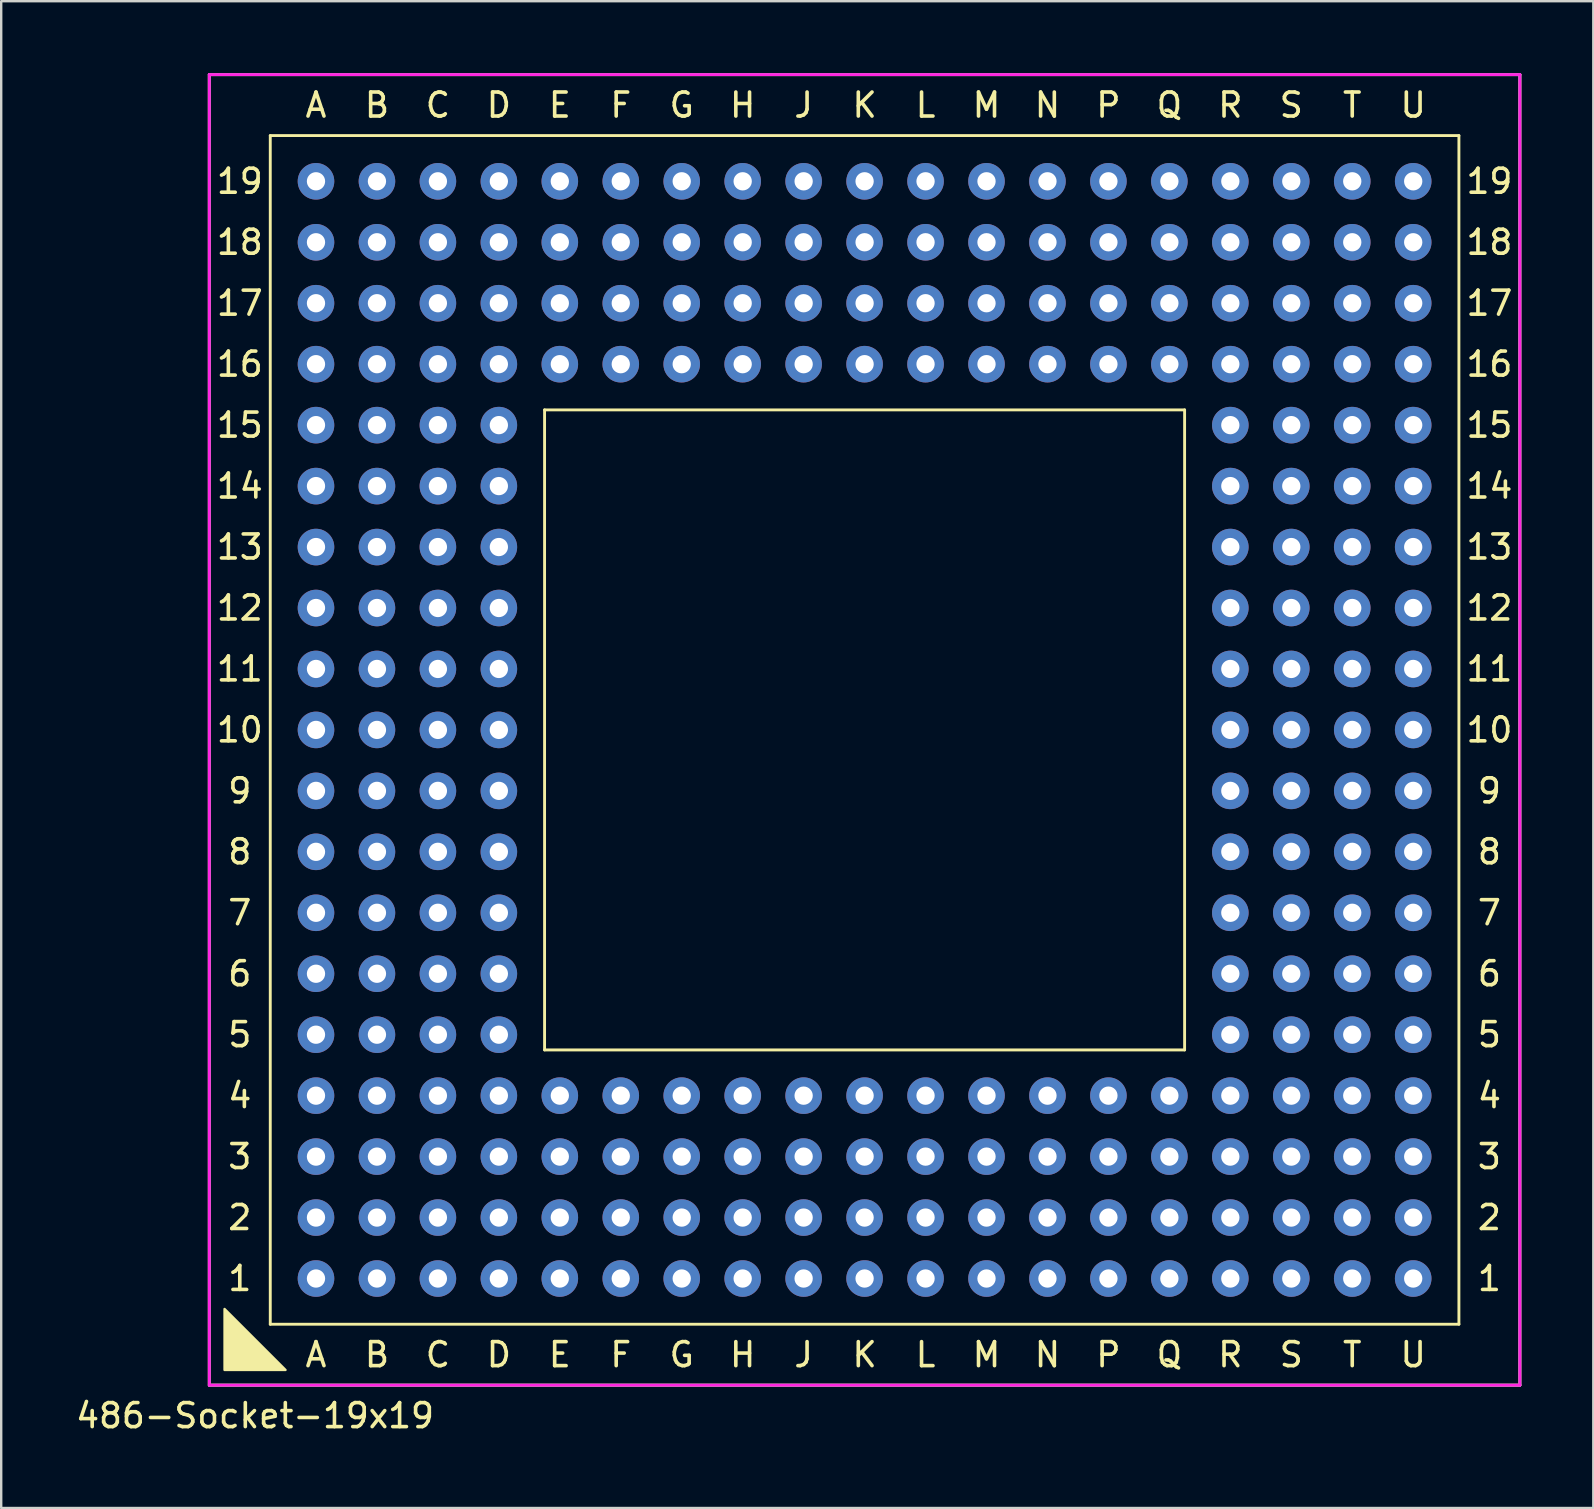
<source format=kicad_pcb>
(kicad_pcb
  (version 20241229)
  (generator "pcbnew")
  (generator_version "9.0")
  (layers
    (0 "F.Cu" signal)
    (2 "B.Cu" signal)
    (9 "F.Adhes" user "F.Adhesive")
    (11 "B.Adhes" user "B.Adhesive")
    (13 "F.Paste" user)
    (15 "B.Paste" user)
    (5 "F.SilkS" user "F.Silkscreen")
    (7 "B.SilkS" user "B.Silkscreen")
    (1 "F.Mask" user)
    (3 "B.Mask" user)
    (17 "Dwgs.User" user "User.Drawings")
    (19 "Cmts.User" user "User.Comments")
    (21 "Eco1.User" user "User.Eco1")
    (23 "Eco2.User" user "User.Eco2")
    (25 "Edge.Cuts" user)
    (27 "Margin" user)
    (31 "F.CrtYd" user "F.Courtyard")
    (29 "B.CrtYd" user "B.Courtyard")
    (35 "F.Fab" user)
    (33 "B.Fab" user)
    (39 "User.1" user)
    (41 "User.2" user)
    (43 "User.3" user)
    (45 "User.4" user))
  (footprint "486-Socket-19x19"
    (layer "F.Cu")
    (at 32.977 1.965)
    (property "Reference" "486-Socket-19x19" (at -25.4 53.975 0) (layer "F.SilkS") (effects (font (size 1 1) (thickness 0.15))))
    (attr through_hole)
    (fp_line (start -27.305 -1.905) (end -27.305 52.705) (stroke (width 0.12) (type solid)) (layer "F.SilkS"))
    (fp_line (start -27.305 52.705) (end 27.305 52.705) (stroke (width 0.12) (type solid)) (layer "F.SilkS"))
    (fp_line (start -24.765 0.635) (end -24.765 50.165) (stroke (width 0.12) (type solid)) (layer "F.SilkS"))
    (fp_line (start -24.765 50.165) (end 24.765 50.165) (stroke (width 0.12) (type solid)) (layer "F.SilkS"))
    (fp_line (start -13.335 12.065) (end -13.335 38.735) (stroke (width 0.12) (type solid)) (layer "F.SilkS"))
    (fp_line (start -13.335 38.735) (end 13.335 38.735) (stroke (width 0.12) (type solid)) (layer "F.SilkS"))
    (fp_line (start 13.335 12.065) (end -13.335 12.065) (stroke (width 0.12) (type solid)) (layer "F.SilkS"))
    (fp_line (start 13.335 38.735) (end 13.335 12.065) (stroke (width 0.12) (type solid)) (layer "F.SilkS"))
    (fp_line (start 24.765 0.635) (end -24.765 0.635) (stroke (width 0.12) (type solid)) (layer "F.SilkS"))
    (fp_line (start 24.765 50.165) (end 24.765 0.635) (stroke (width 0.12) (type solid)) (layer "F.SilkS"))
    (fp_line (start 27.305 -1.905) (end -27.305 -1.905) (stroke (width 0.12) (type solid)) (layer "F.SilkS"))
    (fp_line (start 27.305 52.705) (end 27.305 -1.905) (stroke (width 0.12) (type solid)) (layer "F.SilkS"))
    (fp_poly (pts (xy -24.13 52.07) (xy -26.67 52.07) (xy -26.67 49.53)) (stroke (width 0.1) (type solid)) (fill yes) (layer "F.SilkS"))
    (fp_line (start -27.305 -1.905) (end -27.305 52.705) (stroke (width 0.12) (type solid)) (layer "F.CrtYd"))
    (fp_line (start -27.305 52.705) (end 27.305 52.705) (stroke (width 0.12) (type solid)) (layer "F.CrtYd"))
    (fp_line (start 27.305 -1.905) (end -27.305 -1.905) (stroke (width 0.12) (type solid)) (layer "F.CrtYd"))
    (fp_line (start 27.305 52.705) (end 27.305 -1.905) (stroke (width 0.12) (type solid)) (layer "F.CrtYd"))
    (fp_line (start -27.305 -1.905) (end -27.305 52.705) (stroke (width 0.12) (type solid)) (layer "F.Fab"))
    (fp_line (start -27.305 52.705) (end 27.305 52.705) (stroke (width 0.12) (type solid)) (layer "F.Fab"))
    (fp_line (start 27.305 -1.905) (end -27.305 -1.905) (stroke (width 0.12) (type solid)) (layer "F.Fab"))
    (fp_line (start 27.305 52.705) (end 27.305 -1.905) (stroke (width 0.12) (type solid)) (layer "F.Fab"))
    (fp_text user "L" (at 2.54 51.435 0) (layer "F.SilkS") (effects (font (size 1 1) (thickness 0.15))))
    (fp_text user "15" (at -26.035 12.7 0) (layer "F.SilkS") (effects (font (size 1 1) (thickness 0.15))))
    (fp_text user "N" (at 7.62 51.435 0) (layer "F.SilkS") (effects (font (size 1 1) (thickness 0.15))))
    (fp_text user "3" (at 26.035 43.18 0) (layer "F.SilkS") (effects (font (size 1 1) (thickness 0.15))))
    (fp_text user "B" (at -20.32 -0.635 0) (layer "F.SilkS") (effects (font (size 1 1) (thickness 0.15))))
    (fp_text user "Q" (at 12.7 51.435 0) (layer "F.SilkS") (effects (font (size 1 1) (thickness 0.15))))
    (fp_text user "12" (at -26.035 20.32 0) (layer "F.SilkS") (effects (font (size 1 1) (thickness 0.15))))
    (fp_text user "9" (at 26.035 27.94 0) (layer "F.SilkS") (effects (font (size 1 1) (thickness 0.15))))
    (fp_text user "D" (at -15.24 51.435 0) (layer "F.SilkS") (effects (font (size 1 1) (thickness 0.15))))
    (fp_text user "8" (at 26.035 30.48 0) (layer "F.SilkS") (effects (font (size 1 1) (thickness 0.15))))
    (fp_text user "11" (at -26.035 22.86 0) (layer "F.SilkS") (effects (font (size 1 1) (thickness 0.15))))
    (fp_text user "L" (at 2.54 -0.635 0) (layer "F.SilkS") (effects (font (size 1 1) (thickness 0.15))))
    (fp_text user "6" (at -26.035 35.56 0) (layer "F.SilkS") (effects (font (size 1 1) (thickness 0.15))))
    (fp_text user "8" (at -26.035 30.48 0) (layer "F.SilkS") (effects (font (size 1 1) (thickness 0.15))))
    (fp_text user "R" (at 15.24 -0.635 0) (layer "F.SilkS") (effects (font (size 1 1) (thickness 0.15))))
    (fp_text user "11" (at 26.035 22.86 0) (layer "F.SilkS") (effects (font (size 1 1) (thickness 0.15))))
    (fp_text user "9" (at -26.035 27.94 0) (layer "F.SilkS") (effects (font (size 1 1) (thickness 0.15))))
    (fp_text user "4" (at 26.035 40.64 0) (layer "F.SilkS") (effects (font (size 1 1) (thickness 0.15))))
    (fp_text user "K" (at 0 51.435 0) (layer "F.SilkS") (effects (font (size 1 1) (thickness 0.15))))
    (fp_text user "T" (at 20.32 51.435 0) (layer "F.SilkS") (effects (font (size 1 1) (thickness 0.15))))
    (fp_text user "5" (at 26.035 38.1 0) (layer "F.SilkS") (effects (font (size 1 1) (thickness 0.15))))
    (fp_text user "F" (at -10.16 -0.635 0) (layer "F.SilkS") (effects (font (size 1 1) (thickness 0.15))))
    (fp_text user "7" (at 26.035 33.02 0) (layer "F.SilkS") (effects (font (size 1 1) (thickness 0.15))))
    (fp_text user "10" (at 26.035 25.4 0) (layer "F.SilkS") (effects (font (size 1 1) (thickness 0.15))))
    (fp_text user "13" (at 26.035 17.78 0) (layer "F.SilkS") (effects (font (size 1 1) (thickness 0.15))))
    (fp_text user "R" (at 15.24 51.435 0) (layer "F.SilkS") (effects (font (size 1 1) (thickness 0.15))))
    (fp_text user "6" (at 26.035 35.56 0) (layer "F.SilkS") (effects (font (size 1 1) (thickness 0.15))))
    (fp_text user "2" (at 26.035 45.72 0) (layer "F.SilkS") (effects (font (size 1 1) (thickness 0.15))))
    (fp_text user "H" (at -5.08 -0.635 0) (layer "F.SilkS") (effects (font (size 1 1) (thickness 0.15))))
    (fp_text user "16" (at -26.035 10.16 0) (layer "F.SilkS") (effects (font (size 1 1) (thickness 0.15))))
    (fp_text user "15" (at 26.035 12.7 0) (layer "F.SilkS") (effects (font (size 1 1) (thickness 0.15))))
    (fp_text user "A" (at -22.86 -0.635 0) (layer "F.SilkS") (effects (font (size 1 1) (thickness 0.15))))
    (fp_text user "19" (at 26.035 2.54 0) (layer "F.SilkS") (effects (font (size 1 1) (thickness 0.15))))
    (fp_text user "P" (at 10.16 -0.635 0) (layer "F.SilkS") (effects (font (size 1 1) (thickness 0.15))))
    (fp_text user "C" (at -17.78 51.435 0) (layer "F.SilkS") (effects (font (size 1 1) (thickness 0.15))))
    (fp_text user "14" (at -26.035 15.24 0) (layer "F.SilkS") (effects (font (size 1 1) (thickness 0.15))))
    (fp_text user "3" (at -26.035 43.18 0) (layer "F.SilkS") (effects (font (size 1 1) (thickness 0.15))))
    (fp_text user "Q" (at 12.7 -0.635 0) (layer "F.SilkS") (effects (font (size 1 1) (thickness 0.15))))
    (fp_text user "17" (at -26.035 7.62 0) (layer "F.SilkS") (effects (font (size 1 1) (thickness 0.15))))
    (fp_text user "U" (at 22.86 51.435 0) (layer "F.SilkS") (effects (font (size 1 1) (thickness 0.15))))
    (fp_text user "A" (at -22.86 51.435 0) (layer "F.SilkS") (effects (font (size 1 1) (thickness 0.15))))
    (fp_text user "4" (at -26.035 40.64 0) (layer "F.SilkS") (effects (font (size 1 1) (thickness 0.15))))
    (fp_text user "18" (at 26.035 5.08 0) (layer "F.SilkS") (effects (font (size 1 1) (thickness 0.15))))
    (fp_text user "U" (at 22.86 -0.635 0) (layer "F.SilkS") (effects (font (size 1 1) (thickness 0.15))))
    (fp_text user "18" (at -26.035 5.08 0) (layer "F.SilkS") (effects (font (size 1 1) (thickness 0.15))))
    (fp_text user "D" (at -15.24 -0.635 0) (layer "F.SilkS") (effects (font (size 1 1) (thickness 0.15))))
    (fp_text user "1" (at 26.035 48.26 0) (layer "F.SilkS") (effects (font (size 1 1) (thickness 0.15))))
    (fp_text user "C" (at -17.78 -0.635 0) (layer "F.SilkS") (effects (font (size 1 1) (thickness 0.15))))
    (fp_text user "17" (at 26.035 7.62 0) (layer "F.SilkS") (effects (font (size 1 1) (thickness 0.15))))
    (fp_text user "G" (at -7.62 -0.635 0) (layer "F.SilkS") (effects (font (size 1 1) (thickness 0.15))))
    (fp_text user "J" (at -2.54 -0.635 0) (layer "F.SilkS") (effects (font (size 1 1) (thickness 0.15))))
    (fp_text user "S" (at 17.78 51.435 0) (layer "F.SilkS") (effects (font (size 1 1) (thickness 0.15))))
    (fp_text user "N" (at 7.62 -0.635 0) (layer "F.SilkS") (effects (font (size 1 1) (thickness 0.15))))
    (fp_text user "H" (at -5.08 51.435 0) (layer "F.SilkS") (effects (font (size 1 1) (thickness 0.15))))
    (fp_text user "F" (at -10.16 51.435 0) (layer "F.SilkS") (effects (font (size 1 1) (thickness 0.15))))
    (fp_text user "T" (at 20.32 -0.635 0) (layer "F.SilkS") (effects (font (size 1 1) (thickness 0.15))))
    (fp_text user "K" (at 0 -0.635 0) (layer "F.SilkS") (effects (font (size 1 1) (thickness 0.15))))
    (fp_text user "12" (at 26.035 20.32 0) (layer "F.SilkS") (effects (font (size 1 1) (thickness 0.15))))
    (fp_text user "14" (at 26.035 15.24 0) (layer "F.SilkS") (effects (font (size 1 1) (thickness 0.15))))
    (fp_text user "B" (at -20.32 51.435 0) (layer "F.SilkS") (effects (font (size 1 1) (thickness 0.15))))
    (fp_text user "S" (at 17.78 -0.635 0) (layer "F.SilkS") (effects (font (size 1 1) (thickness 0.15))))
    (fp_text user "E" (at -12.7 51.435 0) (layer "F.SilkS") (effects (font (size 1 1) (thickness 0.15))))
    (fp_text user "16" (at 26.035 10.16 0) (layer "F.SilkS") (effects (font (size 1 1) (thickness 0.15))))
    (fp_text user "1" (at -26.035 48.26 0) (layer "F.SilkS") (effects (font (size 1 1) (thickness 0.15))))
    (fp_text user "M" (at 5.08 -0.635 0) (layer "F.SilkS") (effects (font (size 1 1) (thickness 0.15))))
    (fp_text user "G" (at -7.62 51.435 0) (layer "F.SilkS") (effects (font (size 1 1) (thickness 0.15))))
    (fp_text user "7" (at -26.035 33.02 0) (layer "F.SilkS") (effects (font (size 1 1) (thickness 0.15))))
    (fp_text user "5" (at -26.035 38.1 0) (layer "F.SilkS") (effects (font (size 1 1) (thickness 0.15))))
    (fp_text user "E" (at -12.7 -0.635 0) (layer "F.SilkS") (effects (font (size 1 1) (thickness 0.15))))
    (fp_text user "M" (at 5.08 51.435 0) (layer "F.SilkS") (effects (font (size 1 1) (thickness 0.15))))
    (fp_text user "P" (at 10.16 51.435 0) (layer "F.SilkS") (effects (font (size 1 1) (thickness 0.15))))
    (fp_text user "10" (at -26.035 25.4 0) (layer "F.SilkS") (effects (font (size 1 1) (thickness 0.15))))
    (fp_text user "2" (at -26.035 45.72 0) (layer "F.SilkS") (effects (font (size 1 1) (thickness 0.15))))
    (fp_text user "J" (at -2.54 51.435 0) (layer "F.SilkS") (effects (font (size 1 1) (thickness 0.15))))
    (fp_text user "13" (at -26.035 17.78 0) (layer "F.SilkS") (effects (font (size 1 1) (thickness 0.15))))
    (fp_text user "19" (at -26.035 2.54 0) (layer "F.SilkS") (effects (font (size 1 1) (thickness 0.15))))
    (pad "A1" thru_hole circle (at -22.86 48.26) (size 1.524 1.524) (drill 0.762) (layers "*.Cu" "*.Mask"))
    (pad "A2" thru_hole circle (at -22.86 45.72) (size 1.524 1.524) (drill 0.762) (layers "*.Cu" "*.Mask"))
    (pad "A3" thru_hole circle (at -22.86 43.18) (size 1.524 1.524) (drill 0.762) (layers "*.Cu" "*.Mask"))
    (pad "A4" thru_hole circle (at -22.86 40.64) (size 1.524 1.524) (drill 0.762) (layers "*.Cu" "*.Mask"))
    (pad "A5" thru_hole circle (at -22.86 38.1) (size 1.524 1.524) (drill 0.762) (layers "*.Cu" "*.Mask"))
    (pad "A6" thru_hole circle (at -22.86 35.56) (size 1.524 1.524) (drill 0.762) (layers "*.Cu" "*.Mask"))
    (pad "A7" thru_hole circle (at -22.86 33.02) (size 1.524 1.524) (drill 0.762) (layers "*.Cu" "*.Mask"))
    (pad "A8" thru_hole circle (at -22.86 30.48) (size 1.524 1.524) (drill 0.762) (layers "*.Cu" "*.Mask"))
    (pad "A9" thru_hole circle (at -22.86 27.94) (size 1.524 1.524) (drill 0.762) (layers "*.Cu" "*.Mask"))
    (pad "A10" thru_hole circle (at -22.86 25.4) (size 1.524 1.524) (drill 0.762) (layers "*.Cu" "*.Mask"))
    (pad "A11" thru_hole circle (at -22.86 22.86) (size 1.524 1.524) (drill 0.762) (layers "*.Cu" "*.Mask"))
    (pad "A12" thru_hole circle (at -22.86 20.32) (size 1.524 1.524) (drill 0.762) (layers "*.Cu" "*.Mask"))
    (pad "A13" thru_hole circle (at -22.86 17.78) (size 1.524 1.524) (drill 0.762) (layers "*.Cu" "*.Mask"))
    (pad "A14" thru_hole circle (at -22.86 15.24) (size 1.524 1.524) (drill 0.762) (layers "*.Cu" "*.Mask"))
    (pad "A15" thru_hole circle (at -22.86 12.7) (size 1.524 1.524) (drill 0.762) (layers "*.Cu" "*.Mask"))
    (pad "A16" thru_hole circle (at -22.86 10.16) (size 1.524 1.524) (drill 0.762) (layers "*.Cu" "*.Mask"))
    (pad "A17" thru_hole circle (at -22.86 7.62) (size 1.524 1.524) (drill 0.762) (layers "*.Cu" "*.Mask"))
    (pad "A18" thru_hole circle (at -22.86 5.08) (size 1.524 1.524) (drill 0.762) (layers "*.Cu" "*.Mask"))
    (pad "A19" thru_hole circle (at -22.86 2.54) (size 1.524 1.524) (drill 0.762) (layers "*.Cu" "*.Mask"))
    (pad "B1" thru_hole circle (at -20.32 48.26) (size 1.524 1.524) (drill 0.762) (layers "*.Cu" "*.Mask"))
    (pad "B2" thru_hole circle (at -20.32 45.72) (size 1.524 1.524) (drill 0.762) (layers "*.Cu" "*.Mask"))
    (pad "B3" thru_hole circle (at -20.32 43.18) (size 1.524 1.524) (drill 0.762) (layers "*.Cu" "*.Mask"))
    (pad "B4" thru_hole circle (at -20.32 40.64) (size 1.524 1.524) (drill 0.762) (layers "*.Cu" "*.Mask"))
    (pad "B5" thru_hole circle (at -20.32 38.1) (size 1.524 1.524) (drill 0.762) (layers "*.Cu" "*.Mask"))
    (pad "B6" thru_hole circle (at -20.32 35.56) (size 1.524 1.524) (drill 0.762) (layers "*.Cu" "*.Mask"))
    (pad "B7" thru_hole circle (at -20.32 33.02) (size 1.524 1.524) (drill 0.762) (layers "*.Cu" "*.Mask"))
    (pad "B8" thru_hole circle (at -20.32 30.48) (size 1.524 1.524) (drill 0.762) (layers "*.Cu" "*.Mask"))
    (pad "B9" thru_hole circle (at -20.32 27.94) (size 1.524 1.524) (drill 0.762) (layers "*.Cu" "*.Mask"))
    (pad "B10" thru_hole circle (at -20.32 25.4) (size 1.524 1.524) (drill 0.762) (layers "*.Cu" "*.Mask"))
    (pad "B11" thru_hole circle (at -20.32 22.86) (size 1.524 1.524) (drill 0.762) (layers "*.Cu" "*.Mask"))
    (pad "B12" thru_hole circle (at -20.32 20.32) (size 1.524 1.524) (drill 0.762) (layers "*.Cu" "*.Mask"))
    (pad "B13" thru_hole circle (at -20.32 17.78) (size 1.524 1.524) (drill 0.762) (layers "*.Cu" "*.Mask"))
    (pad "B14" thru_hole circle (at -20.32 15.24) (size 1.524 1.524) (drill 0.762) (layers "*.Cu" "*.Mask"))
    (pad "B15" thru_hole circle (at -20.32 12.7) (size 1.524 1.524) (drill 0.762) (layers "*.Cu" "*.Mask"))
    (pad "B16" thru_hole circle (at -20.32 10.16) (size 1.524 1.524) (drill 0.762) (layers "*.Cu" "*.Mask"))
    (pad "B17" thru_hole circle (at -20.32 7.62) (size 1.524 1.524) (drill 0.762) (layers "*.Cu" "*.Mask"))
    (pad "B18" thru_hole circle (at -20.32 5.08) (size 1.524 1.524) (drill 0.762) (layers "*.Cu" "*.Mask"))
    (pad "B19" thru_hole circle (at -20.32 2.54) (size 1.524 1.524) (drill 0.762) (layers "*.Cu" "*.Mask"))
    (pad "C1" thru_hole circle (at -17.78 45.72) (size 1.524 1.524) (drill 0.762) (layers "*.Cu" "*.Mask"))
    (pad "C1" thru_hole circle (at -17.78 48.26) (size 1.524 1.524) (drill 0.762) (layers "*.Cu" "*.Mask"))
    (pad "C3" thru_hole circle (at -17.78 43.18) (size 1.524 1.524) (drill 0.762) (layers "*.Cu" "*.Mask"))
    (pad "C4" thru_hole circle (at -17.78 40.64) (size 1.524 1.524) (drill 0.762) (layers "*.Cu" "*.Mask"))
    (pad "C5" thru_hole circle (at -17.78 38.1) (size 1.524 1.524) (drill 0.762) (layers "*.Cu" "*.Mask"))
    (pad "C6" thru_hole circle (at -17.78 35.56) (size 1.524 1.524) (drill 0.762) (layers "*.Cu" "*.Mask"))
    (pad "C7" thru_hole circle (at -17.78 33.02) (size 1.524 1.524) (drill 0.762) (layers "*.Cu" "*.Mask"))
    (pad "C8" thru_hole circle (at -17.78 30.48) (size 1.524 1.524) (drill 0.762) (layers "*.Cu" "*.Mask"))
    (pad "C9" thru_hole circle (at -17.78 27.94) (size 1.524 1.524) (drill 0.762) (layers "*.Cu" "*.Mask"))
    (pad "C10" thru_hole circle (at -17.78 25.4) (size 1.524 1.524) (drill 0.762) (layers "*.Cu" "*.Mask"))
    (pad "C11" thru_hole circle (at -17.78 22.86) (size 1.524 1.524) (drill 0.762) (layers "*.Cu" "*.Mask"))
    (pad "C12" thru_hole circle (at -17.78 20.32) (size 1.524 1.524) (drill 0.762) (layers "*.Cu" "*.Mask"))
    (pad "C13" thru_hole circle (at -17.78 17.78) (size 1.524 1.524) (drill 0.762) (layers "*.Cu" "*.Mask"))
    (pad "C14" thru_hole circle (at -17.78 15.24) (size 1.524 1.524) (drill 0.762) (layers "*.Cu" "*.Mask"))
    (pad "C15" thru_hole circle (at -17.78 12.7) (size 1.524 1.524) (drill 0.762) (layers "*.Cu" "*.Mask"))
    (pad "C16" thru_hole circle (at -17.78 10.16) (size 1.524 1.524) (drill 0.762) (layers "*.Cu" "*.Mask"))
    (pad "C17" thru_hole circle (at -17.78 7.62) (size 1.524 1.524) (drill 0.762) (layers "*.Cu" "*.Mask"))
    (pad "C18" thru_hole circle (at -17.78 5.08) (size 1.524 1.524) (drill 0.762) (layers "*.Cu" "*.Mask"))
    (pad "C19" thru_hole circle (at -17.78 2.54) (size 1.524 1.524) (drill 0.762) (layers "*.Cu" "*.Mask"))
    (pad "D1" thru_hole circle (at -15.24 48.26) (size 1.524 1.524) (drill 0.762) (layers "*.Cu" "*.Mask"))
    (pad "D2" thru_hole circle (at -15.24 45.72) (size 1.524 1.524) (drill 0.762) (layers "*.Cu" "*.Mask"))
    (pad "D3" thru_hole circle (at -15.24 43.18) (size 1.524 1.524) (drill 0.762) (layers "*.Cu" "*.Mask"))
    (pad "D4" thru_hole circle (at -15.24 40.64) (size 1.524 1.524) (drill 0.762) (layers "*.Cu" "*.Mask"))
    (pad "D5" thru_hole circle (at -15.24 38.1) (size 1.524 1.524) (drill 0.762) (layers "*.Cu" "*.Mask"))
    (pad "D6" thru_hole circle (at -15.24 35.56) (size 1.524 1.524) (drill 0.762) (layers "*.Cu" "*.Mask"))
    (pad "D7" thru_hole circle (at -15.24 33.02) (size 1.524 1.524) (drill 0.762) (layers "*.Cu" "*.Mask"))
    (pad "D8" thru_hole circle (at -15.24 30.48) (size 1.524 1.524) (drill 0.762) (layers "*.Cu" "*.Mask"))
    (pad "D9" thru_hole circle (at -15.24 27.94) (size 1.524 1.524) (drill 0.762) (layers "*.Cu" "*.Mask"))
    (pad "D10" thru_hole circle (at -15.24 25.4) (size 1.524 1.524) (drill 0.762) (layers "*.Cu" "*.Mask"))
    (pad "D11" thru_hole circle (at -15.24 22.86) (size 1.524 1.524) (drill 0.762) (layers "*.Cu" "*.Mask"))
    (pad "D12" thru_hole circle (at -15.24 20.32) (size 1.524 1.524) (drill 0.762) (layers "*.Cu" "*.Mask"))
    (pad "D13" thru_hole circle (at -15.24 17.78) (size 1.524 1.524) (drill 0.762) (layers "*.Cu" "*.Mask"))
    (pad "D14" thru_hole circle (at -15.24 15.24) (size 1.524 1.524) (drill 0.762) (layers "*.Cu" "*.Mask"))
    (pad "D15" thru_hole circle (at -15.24 12.7) (size 1.524 1.524) (drill 0.762) (layers "*.Cu" "*.Mask"))
    (pad "D16" thru_hole circle (at -15.24 10.16) (size 1.524 1.524) (drill 0.762) (layers "*.Cu" "*.Mask"))
    (pad "D17" thru_hole circle (at -15.24 7.62) (size 1.524 1.524) (drill 0.762) (layers "*.Cu" "*.Mask"))
    (pad "D18" thru_hole circle (at -15.24 5.08) (size 1.524 1.524) (drill 0.762) (layers "*.Cu" "*.Mask"))
    (pad "D19" thru_hole circle (at -15.24 2.54) (size 1.524 1.524) (drill 0.762) (layers "*.Cu" "*.Mask"))
    (pad "E1" thru_hole circle (at -12.7 48.26) (size 1.524 1.524) (drill 0.762) (layers "*.Cu" "*.Mask"))
    (pad "E2" thru_hole circle (at -12.7 45.72) (size 1.524 1.524) (drill 0.762) (layers "*.Cu" "*.Mask"))
    (pad "E3" thru_hole circle (at -12.7 43.18) (size 1.524 1.524) (drill 0.762) (layers "*.Cu" "*.Mask"))
    (pad "E4" thru_hole circle (at -12.7 40.64) (size 1.524 1.524) (drill 0.762) (layers "*.Cu" "*.Mask"))
    (pad "E16" thru_hole circle (at -12.7 10.16) (size 1.524 1.524) (drill 0.762) (layers "*.Cu" "*.Mask"))
    (pad "E17" thru_hole circle (at -12.7 7.62) (size 1.524 1.524) (drill 0.762) (layers "*.Cu" "*.Mask"))
    (pad "E18" thru_hole circle (at -12.7 5.08) (size 1.524 1.524) (drill 0.762) (layers "*.Cu" "*.Mask"))
    (pad "E19" thru_hole circle (at -12.7 2.54) (size 1.524 1.524) (drill 0.762) (layers "*.Cu" "*.Mask"))
    (pad "F1" thru_hole circle (at -10.16 48.26) (size 1.524 1.524) (drill 0.762) (layers "*.Cu" "*.Mask"))
    (pad "F2" thru_hole circle (at -10.16 45.72) (size 1.524 1.524) (drill 0.762) (layers "*.Cu" "*.Mask"))
    (pad "F3" thru_hole circle (at -10.16 43.18) (size 1.524 1.524) (drill 0.762) (layers "*.Cu" "*.Mask"))
    (pad "F4" thru_hole circle (at -10.16 40.64) (size 1.524 1.524) (drill 0.762) (layers "*.Cu" "*.Mask"))
    (pad "F16" thru_hole circle (at -10.16 10.16) (size 1.524 1.524) (drill 0.762) (layers "*.Cu" "*.Mask"))
    (pad "F17" thru_hole circle (at -10.16 7.62) (size 1.524 1.524) (drill 0.762) (layers "*.Cu" "*.Mask"))
    (pad "F18" thru_hole circle (at -10.16 5.08) (size 1.524 1.524) (drill 0.762) (layers "*.Cu" "*.Mask"))
    (pad "F19" thru_hole circle (at -10.16 2.54) (size 1.524 1.524) (drill 0.762) (layers "*.Cu" "*.Mask"))
    (pad "G1" thru_hole circle (at -7.62 48.26) (size 1.524 1.524) (drill 0.762) (layers "*.Cu" "*.Mask"))
    (pad "G2" thru_hole circle (at -7.62 45.72) (size 1.524 1.524) (drill 0.762) (layers "*.Cu" "*.Mask"))
    (pad "G3" thru_hole circle (at -7.62 43.18) (size 1.524 1.524) (drill 0.762) (layers "*.Cu" "*.Mask"))
    (pad "G4" thru_hole circle (at -7.62 40.64) (size 1.524 1.524) (drill 0.762) (layers "*.Cu" "*.Mask"))
    (pad "G16" thru_hole circle (at -7.62 10.16) (size 1.524 1.524) (drill 0.762) (layers "*.Cu" "*.Mask"))
    (pad "G17" thru_hole circle (at -7.62 7.62) (size 1.524 1.524) (drill 0.762) (layers "*.Cu" "*.Mask"))
    (pad "G18" thru_hole circle (at -7.62 5.08) (size 1.524 1.524) (drill 0.762) (layers "*.Cu" "*.Mask"))
    (pad "G19" thru_hole circle (at -7.62 2.54) (size 1.524 1.524) (drill 0.762) (layers "*.Cu" "*.Mask"))
    (pad "H1" thru_hole circle (at -5.08 48.26) (size 1.524 1.524) (drill 0.762) (layers "*.Cu" "*.Mask"))
    (pad "H2" thru_hole circle (at -5.08 45.72) (size 1.524 1.524) (drill 0.762) (layers "*.Cu" "*.Mask"))
    (pad "H3" thru_hole circle (at -5.08 43.18) (size 1.524 1.524) (drill 0.762) (layers "*.Cu" "*.Mask"))
    (pad "H4" thru_hole circle (at -5.08 40.64) (size 1.524 1.524) (drill 0.762) (layers "*.Cu" "*.Mask"))
    (pad "H16" thru_hole circle (at -5.08 10.16) (size 1.524 1.524) (drill 0.762) (layers "*.Cu" "*.Mask"))
    (pad "H17" thru_hole circle (at -5.08 7.62) (size 1.524 1.524) (drill 0.762) (layers "*.Cu" "*.Mask"))
    (pad "H18" thru_hole circle (at -5.08 5.08) (size 1.524 1.524) (drill 0.762) (layers "*.Cu" "*.Mask"))
    (pad "H19" thru_hole circle (at -5.08 2.54) (size 1.524 1.524) (drill 0.762) (layers "*.Cu" "*.Mask"))
    (pad "J1" thru_hole circle (at -2.54 48.26) (size 1.524 1.524) (drill 0.762) (layers "*.Cu" "*.Mask"))
    (pad "J2" thru_hole circle (at -2.54 45.72) (size 1.524 1.524) (drill 0.762) (layers "*.Cu" "*.Mask"))
    (pad "J3" thru_hole circle (at -2.54 43.18) (size 1.524 1.524) (drill 0.762) (layers "*.Cu" "*.Mask"))
    (pad "J4" thru_hole circle (at -2.54 40.64) (size 1.524 1.524) (drill 0.762) (layers "*.Cu" "*.Mask"))
    (pad "J16" thru_hole circle (at -2.54 10.16) (size 1.524 1.524) (drill 0.762) (layers "*.Cu" "*.Mask"))
    (pad "J17" thru_hole circle (at -2.54 7.62) (size 1.524 1.524) (drill 0.762) (layers "*.Cu" "*.Mask"))
    (pad "J18" thru_hole circle (at -2.54 5.08) (size 1.524 1.524) (drill 0.762) (layers "*.Cu" "*.Mask"))
    (pad "J19" thru_hole circle (at -2.54 2.54) (size 1.524 1.524) (drill 0.762) (layers "*.Cu" "*.Mask"))
    (pad "K1" thru_hole circle (at 0 48.26) (size 1.524 1.524) (drill 0.762) (layers "*.Cu" "*.Mask"))
    (pad "K2" thru_hole circle (at 0 45.72) (size 1.524 1.524) (drill 0.762) (layers "*.Cu" "*.Mask"))
    (pad "K3" thru_hole circle (at 0 43.18) (size 1.524 1.524) (drill 0.762) (layers "*.Cu" "*.Mask"))
    (pad "K4" thru_hole circle (at 0 40.64) (size 1.524 1.524) (drill 0.762) (layers "*.Cu" "*.Mask"))
    (pad "K16" thru_hole circle (at 0 10.16) (size 1.524 1.524) (drill 0.762) (layers "*.Cu" "*.Mask"))
    (pad "K17" thru_hole circle (at 0 7.62) (size 1.524 1.524) (drill 0.762) (layers "*.Cu" "*.Mask"))
    (pad "K18" thru_hole circle (at 0 5.08) (size 1.524 1.524) (drill 0.762) (layers "*.Cu" "*.Mask"))
    (pad "K19" thru_hole circle (at 0 2.54) (size 1.524 1.524) (drill 0.762) (layers "*.Cu" "*.Mask"))
    (pad "L1" thru_hole circle (at 2.54 48.26) (size 1.524 1.524) (drill 0.762) (layers "*.Cu" "*.Mask"))
    (pad "L2" thru_hole circle (at 2.54 45.72) (size 1.524 1.524) (drill 0.762) (layers "*.Cu" "*.Mask"))
    (pad "L3" thru_hole circle (at 2.54 43.18) (size 1.524 1.524) (drill 0.762) (layers "*.Cu" "*.Mask"))
    (pad "L4" thru_hole circle (at 2.54 40.64) (size 1.524 1.524) (drill 0.762) (layers "*.Cu" "*.Mask"))
    (pad "L16" thru_hole circle (at 2.54 10.16) (size 1.524 1.524) (drill 0.762) (layers "*.Cu" "*.Mask"))
    (pad "L17" thru_hole circle (at 2.54 7.62) (size 1.524 1.524) (drill 0.762) (layers "*.Cu" "*.Mask"))
    (pad "L18" thru_hole circle (at 2.54 5.08) (size 1.524 1.524) (drill 0.762) (layers "*.Cu" "*.Mask"))
    (pad "L19" thru_hole circle (at 2.54 2.54) (size 1.524 1.524) (drill 0.762) (layers "*.Cu" "*.Mask"))
    (pad "M1" thru_hole circle (at 5.08 48.26) (size 1.524 1.524) (drill 0.762) (layers "*.Cu" "*.Mask"))
    (pad "M2" thru_hole circle (at 5.08 45.72) (size 1.524 1.524) (drill 0.762) (layers "*.Cu" "*.Mask"))
    (pad "M3" thru_hole circle (at 5.08 43.18) (size 1.524 1.524) (drill 0.762) (layers "*.Cu" "*.Mask"))
    (pad "M4" thru_hole circle (at 5.08 40.64) (size 1.524 1.524) (drill 0.762) (layers "*.Cu" "*.Mask"))
    (pad "M16" thru_hole circle (at 5.08 10.16) (size 1.524 1.524) (drill 0.762) (layers "*.Cu" "*.Mask"))
    (pad "M17" thru_hole circle (at 5.08 7.62) (size 1.524 1.524) (drill 0.762) (layers "*.Cu" "*.Mask"))
    (pad "M18" thru_hole circle (at 5.08 5.08) (size 1.524 1.524) (drill 0.762) (layers "*.Cu" "*.Mask"))
    (pad "M19" thru_hole circle (at 5.08 2.54) (size 1.524 1.524) (drill 0.762) (layers "*.Cu" "*.Mask"))
    (pad "N1" thru_hole circle (at 7.62 48.26) (size 1.524 1.524) (drill 0.762) (layers "*.Cu" "*.Mask"))
    (pad "N2" thru_hole circle (at 7.62 45.72) (size 1.524 1.524) (drill 0.762) (layers "*.Cu" "*.Mask"))
    (pad "N3" thru_hole circle (at 7.62 43.18) (size 1.524 1.524) (drill 0.762) (layers "*.Cu" "*.Mask"))
    (pad "N4" thru_hole circle (at 7.62 40.64) (size 1.524 1.524) (drill 0.762) (layers "*.Cu" "*.Mask"))
    (pad "N16" thru_hole circle (at 7.62 10.16) (size 1.524 1.524) (drill 0.762) (layers "*.Cu" "*.Mask"))
    (pad "N17" thru_hole circle (at 7.62 7.62) (size 1.524 1.524) (drill 0.762) (layers "*.Cu" "*.Mask"))
    (pad "N18" thru_hole circle (at 7.62 5.08) (size 1.524 1.524) (drill 0.762) (layers "*.Cu" "*.Mask"))
    (pad "N19" thru_hole circle (at 7.62 2.54) (size 1.524 1.524) (drill 0.762) (layers "*.Cu" "*.Mask"))
    (pad "P1" thru_hole circle (at 10.16 48.26) (size 1.524 1.524) (drill 0.762) (layers "*.Cu" "*.Mask"))
    (pad "P2" thru_hole circle (at 10.16 45.72) (size 1.524 1.524) (drill 0.762) (layers "*.Cu" "*.Mask"))
    (pad "P3" thru_hole circle (at 10.16 43.18) (size 1.524 1.524) (drill 0.762) (layers "*.Cu" "*.Mask"))
    (pad "P4" thru_hole circle (at 10.16 40.64) (size 1.524 1.524) (drill 0.762) (layers "*.Cu" "*.Mask"))
    (pad "P16" thru_hole circle (at 10.16 10.16) (size 1.524 1.524) (drill 0.762) (layers "*.Cu" "*.Mask"))
    (pad "P17" thru_hole circle (at 10.16 7.62) (size 1.524 1.524) (drill 0.762) (layers "*.Cu" "*.Mask"))
    (pad "P18" thru_hole circle (at 10.16 5.08) (size 1.524 1.524) (drill 0.762) (layers "*.Cu" "*.Mask"))
    (pad "P19" thru_hole circle (at 10.16 2.54) (size 1.524 1.524) (drill 0.762) (layers "*.Cu" "*.Mask"))
    (pad "Q1" thru_hole circle (at 12.7 48.26) (size 1.524 1.524) (drill 0.762) (layers "*.Cu" "*.Mask"))
    (pad "Q2" thru_hole circle (at 12.7 45.72) (size 1.524 1.524) (drill 0.762) (layers "*.Cu" "*.Mask"))
    (pad "Q3" thru_hole circle (at 12.7 43.18) (size 1.524 1.524) (drill 0.762) (layers "*.Cu" "*.Mask"))
    (pad "Q4" thru_hole circle (at 12.7 40.64) (size 1.524 1.524) (drill 0.762) (layers "*.Cu" "*.Mask"))
    (pad "Q16" thru_hole circle (at 12.7 10.16) (size 1.524 1.524) (drill 0.762) (layers "*.Cu" "*.Mask"))
    (pad "Q17" thru_hole circle (at 12.7 7.62) (size 1.524 1.524) (drill 0.762) (layers "*.Cu" "*.Mask"))
    (pad "Q18" thru_hole circle (at 12.7 5.08) (size 1.524 1.524) (drill 0.762) (layers "*.Cu" "*.Mask"))
    (pad "Q19" thru_hole circle (at 12.7 2.54) (size 1.524 1.524) (drill 0.762) (layers "*.Cu" "*.Mask"))
    (pad "R1" thru_hole circle (at 15.24 48.26) (size 1.524 1.524) (drill 0.762) (layers "*.Cu" "*.Mask"))
    (pad "R2" thru_hole circle (at 15.24 45.72) (size 1.524 1.524) (drill 0.762) (layers "*.Cu" "*.Mask"))
    (pad "R3" thru_hole circle (at 15.24 43.18) (size 1.524 1.524) (drill 0.762) (layers "*.Cu" "*.Mask"))
    (pad "R4" thru_hole circle (at 15.24 40.64) (size 1.524 1.524) (drill 0.762) (layers "*.Cu" "*.Mask"))
    (pad "R5" thru_hole circle (at 15.24 38.1) (size 1.524 1.524) (drill 0.762) (layers "*.Cu" "*.Mask"))
    (pad "R6" thru_hole circle (at 15.24 35.56) (size 1.524 1.524) (drill 0.762) (layers "*.Cu" "*.Mask"))
    (pad "R7" thru_hole circle (at 15.24 33.02) (size 1.524 1.524) (drill 0.762) (layers "*.Cu" "*.Mask"))
    (pad "R8" thru_hole circle (at 15.24 30.48) (size 1.524 1.524) (drill 0.762) (layers "*.Cu" "*.Mask"))
    (pad "R9" thru_hole circle (at 15.24 27.94) (size 1.524 1.524) (drill 0.762) (layers "*.Cu" "*.Mask"))
    (pad "R10" thru_hole circle (at 15.24 25.4) (size 1.524 1.524) (drill 0.762) (layers "*.Cu" "*.Mask"))
    (pad "R11" thru_hole circle (at 15.24 22.86) (size 1.524 1.524) (drill 0.762) (layers "*.Cu" "*.Mask"))
    (pad "R12" thru_hole circle (at 15.24 20.32) (size 1.524 1.524) (drill 0.762) (layers "*.Cu" "*.Mask"))
    (pad "R13" thru_hole circle (at 15.24 17.78) (size 1.524 1.524) (drill 0.762) (layers "*.Cu" "*.Mask"))
    (pad "R14" thru_hole circle (at 15.24 15.24) (size 1.524 1.524) (drill 0.762) (layers "*.Cu" "*.Mask"))
    (pad "R15" thru_hole circle (at 15.24 12.7) (size 1.524 1.524) (drill 0.762) (layers "*.Cu" "*.Mask"))
    (pad "R16" thru_hole circle (at 15.24 10.16) (size 1.524 1.524) (drill 0.762) (layers "*.Cu" "*.Mask"))
    (pad "R17" thru_hole circle (at 15.24 7.62) (size 1.524 1.524) (drill 0.762) (layers "*.Cu" "*.Mask"))
    (pad "R18" thru_hole circle (at 15.24 5.08) (size 1.524 1.524) (drill 0.762) (layers "*.Cu" "*.Mask"))
    (pad "R19" thru_hole circle (at 15.24 2.54) (size 1.524 1.524) (drill 0.762) (layers "*.Cu" "*.Mask"))
    (pad "S1" thru_hole circle (at 17.78 48.26) (size 1.524 1.524) (drill 0.762) (layers "*.Cu" "*.Mask"))
    (pad "S2" thru_hole circle (at 17.78 45.72) (size 1.524 1.524) (drill 0.762) (layers "*.Cu" "*.Mask"))
    (pad "S3" thru_hole circle (at 17.78 43.18) (size 1.524 1.524) (drill 0.762) (layers "*.Cu" "*.Mask"))
    (pad "S4" thru_hole circle (at 17.78 40.64) (size 1.524 1.524) (drill 0.762) (layers "*.Cu" "*.Mask"))
    (pad "S5" thru_hole circle (at 17.78 38.1) (size 1.524 1.524) (drill 0.762) (layers "*.Cu" "*.Mask"))
    (pad "S6" thru_hole circle (at 17.78 35.56) (size 1.524 1.524) (drill 0.762) (layers "*.Cu" "*.Mask"))
    (pad "S7" thru_hole circle (at 17.78 33.02) (size 1.524 1.524) (drill 0.762) (layers "*.Cu" "*.Mask"))
    (pad "S8" thru_hole circle (at 17.78 30.48) (size 1.524 1.524) (drill 0.762) (layers "*.Cu" "*.Mask"))
    (pad "S9" thru_hole circle (at 17.78 27.94) (size 1.524 1.524) (drill 0.762) (layers "*.Cu" "*.Mask"))
    (pad "S10" thru_hole circle (at 17.78 25.4) (size 1.524 1.524) (drill 0.762) (layers "*.Cu" "*.Mask"))
    (pad "S11" thru_hole circle (at 17.78 22.86) (size 1.524 1.524) (drill 0.762) (layers "*.Cu" "*.Mask"))
    (pad "S12" thru_hole circle (at 17.78 20.32) (size 1.524 1.524) (drill 0.762) (layers "*.Cu" "*.Mask"))
    (pad "S13" thru_hole circle (at 17.78 17.78) (size 1.524 1.524) (drill 0.762) (layers "*.Cu" "*.Mask"))
    (pad "S14" thru_hole circle (at 17.78 15.24) (size 1.524 1.524) (drill 0.762) (layers "*.Cu" "*.Mask"))
    (pad "S15" thru_hole circle (at 17.78 12.7) (size 1.524 1.524) (drill 0.762) (layers "*.Cu" "*.Mask"))
    (pad "S16" thru_hole circle (at 17.78 10.16) (size 1.524 1.524) (drill 0.762) (layers "*.Cu" "*.Mask"))
    (pad "S17" thru_hole circle (at 17.78 7.62) (size 1.524 1.524) (drill 0.762) (layers "*.Cu" "*.Mask"))
    (pad "S18" thru_hole circle (at 17.78 5.08) (size 1.524 1.524) (drill 0.762) (layers "*.Cu" "*.Mask"))
    (pad "S19" thru_hole circle (at 17.78 2.54) (size 1.524 1.524) (drill 0.762) (layers "*.Cu" "*.Mask"))
    (pad "T1" thru_hole circle (at 20.32 48.26) (size 1.524 1.524) (drill 0.762) (layers "*.Cu" "*.Mask"))
    (pad "T2" thru_hole circle (at 20.32 45.72) (size 1.524 1.524) (drill 0.762) (layers "*.Cu" "*.Mask"))
    (pad "T3" thru_hole circle (at 20.32 43.18) (size 1.524 1.524) (drill 0.762) (layers "*.Cu" "*.Mask"))
    (pad "T4" thru_hole circle (at 20.32 40.64) (size 1.524 1.524) (drill 0.762) (layers "*.Cu" "*.Mask"))
    (pad "T5" thru_hole circle (at 20.32 38.1) (size 1.524 1.524) (drill 0.762) (layers "*.Cu" "*.Mask"))
    (pad "T6" thru_hole circle (at 20.32 35.56) (size 1.524 1.524) (drill 0.762) (layers "*.Cu" "*.Mask"))
    (pad "T7" thru_hole circle (at 20.32 33.02) (size 1.524 1.524) (drill 0.762) (layers "*.Cu" "*.Mask"))
    (pad "T8" thru_hole circle (at 20.32 30.48) (size 1.524 1.524) (drill 0.762) (layers "*.Cu" "*.Mask"))
    (pad "T9" thru_hole circle (at 20.32 27.94) (size 1.524 1.524) (drill 0.762) (layers "*.Cu" "*.Mask"))
    (pad "T10" thru_hole circle (at 20.32 25.4) (size 1.524 1.524) (drill 0.762) (layers "*.Cu" "*.Mask"))
    (pad "T11" thru_hole circle (at 20.32 22.86) (size 1.524 1.524) (drill 0.762) (layers "*.Cu" "*.Mask"))
    (pad "T12" thru_hole circle (at 20.32 20.32) (size 1.524 1.524) (drill 0.762) (layers "*.Cu" "*.Mask"))
    (pad "T13" thru_hole circle (at 20.32 17.78) (size 1.524 1.524) (drill 0.762) (layers "*.Cu" "*.Mask"))
    (pad "T14" thru_hole circle (at 20.32 15.24) (size 1.524 1.524) (drill 0.762) (layers "*.Cu" "*.Mask"))
    (pad "T15" thru_hole circle (at 20.32 12.7) (size 1.524 1.524) (drill 0.762) (layers "*.Cu" "*.Mask"))
    (pad "T16" thru_hole circle (at 20.32 10.16) (size 1.524 1.524) (drill 0.762) (layers "*.Cu" "*.Mask"))
    (pad "T17" thru_hole circle (at 20.32 7.62) (size 1.524 1.524) (drill 0.762) (layers "*.Cu" "*.Mask"))
    (pad "T18" thru_hole circle (at 20.32 5.08) (size 1.524 1.524) (drill 0.762) (layers "*.Cu" "*.Mask"))
    (pad "T19" thru_hole circle (at 20.32 2.54) (size 1.524 1.524) (drill 0.762) (layers "*.Cu" "*.Mask"))
    (pad "U1" thru_hole circle (at 22.86 48.26) (size 1.524 1.524) (drill 0.762) (layers "*.Cu" "*.Mask"))
    (pad "U2" thru_hole circle (at 22.86 45.72) (size 1.524 1.524) (drill 0.762) (layers "*.Cu" "*.Mask"))
    (pad "U3" thru_hole circle (at 22.86 43.18) (size 1.524 1.524) (drill 0.762) (layers "*.Cu" "*.Mask"))
    (pad "U4" thru_hole circle (at 22.86 40.64) (size 1.524 1.524) (drill 0.762) (layers "*.Cu" "*.Mask"))
    (pad "U5" thru_hole circle (at 22.86 38.1) (size 1.524 1.524) (drill 0.762) (layers "*.Cu" "*.Mask"))
    (pad "U6" thru_hole circle (at 22.86 35.56) (size 1.524 1.524) (drill 0.762) (layers "*.Cu" "*.Mask"))
    (pad "U7" thru_hole circle (at 22.86 33.02) (size 1.524 1.524) (drill 0.762) (layers "*.Cu" "*.Mask"))
    (pad "U8" thru_hole circle (at 22.86 30.48) (size 1.524 1.524) (drill 0.762) (layers "*.Cu" "*.Mask"))
    (pad "U9" thru_hole circle (at 22.86 27.94) (size 1.524 1.524) (drill 0.762) (layers "*.Cu" "*.Mask"))
    (pad "U10" thru_hole circle (at 22.86 25.4) (size 1.524 1.524) (drill 0.762) (layers "*.Cu" "*.Mask"))
    (pad "U11" thru_hole circle (at 22.86 22.86) (size 1.524 1.524) (drill 0.762) (layers "*.Cu" "*.Mask"))
    (pad "U12" thru_hole circle (at 22.86 20.32) (size 1.524 1.524) (drill 0.762) (layers "*.Cu" "*.Mask"))
    (pad "U13" thru_hole circle (at 22.86 17.78) (size 1.524 1.524) (drill 0.762) (layers "*.Cu" "*.Mask"))
    (pad "U14" thru_hole circle (at 22.86 15.24) (size 1.524 1.524) (drill 0.762) (layers "*.Cu" "*.Mask"))
    (pad "U15" thru_hole circle (at 22.86 12.7) (size 1.524 1.524) (drill 0.762) (layers "*.Cu" "*.Mask"))
    (pad "U16" thru_hole circle (at 22.86 10.16) (size 1.524 1.524) (drill 0.762) (layers "*.Cu" "*.Mask"))
    (pad "U17" thru_hole circle (at 22.86 7.62) (size 1.524 1.524) (drill 0.762) (layers "*.Cu" "*.Mask"))
    (pad "U18" thru_hole circle (at 22.86 5.08) (size 1.524 1.524) (drill 0.762) (layers "*.Cu" "*.Mask"))
    (pad "U19" thru_hole circle (at 22.86 2.54) (size 1.524 1.524) (drill 0.762) (layers "*.Cu" "*.Mask")))
  (gr_rect
    (start -3 -3)
    (end 63.342 59.788)
    (stroke (width 0.1) (type default))
    (fill no)
    (layer "Edge.Cuts")))
</source>
